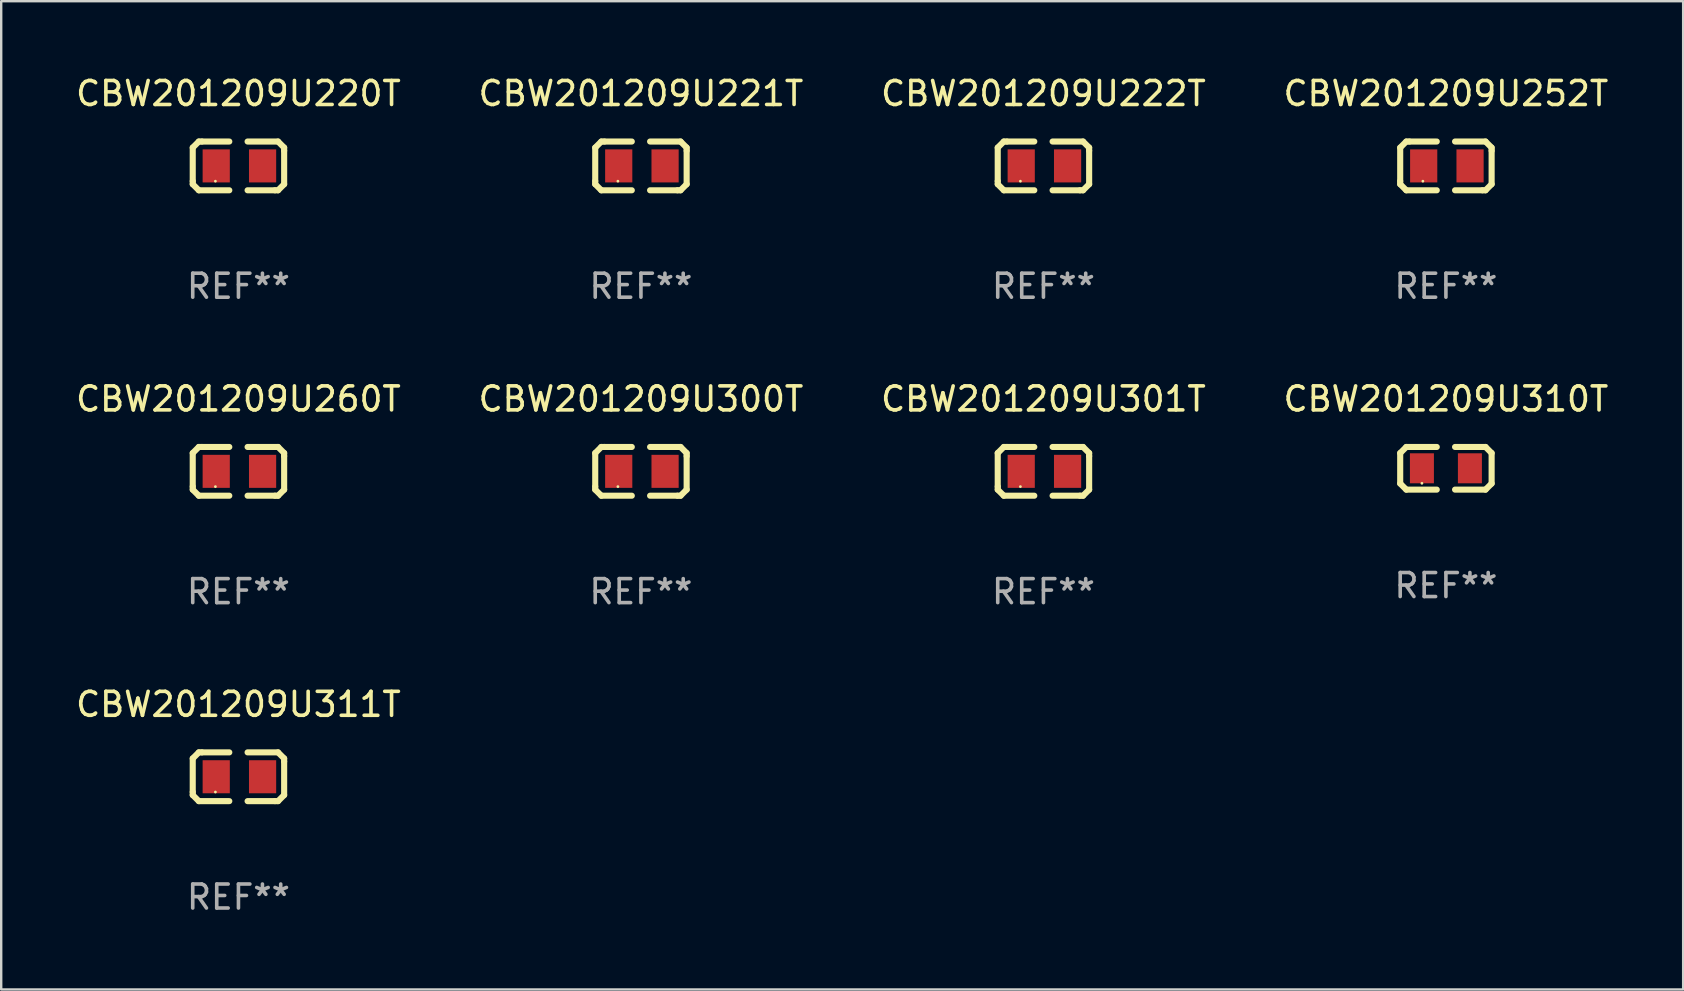
<source format=kicad_pcb>
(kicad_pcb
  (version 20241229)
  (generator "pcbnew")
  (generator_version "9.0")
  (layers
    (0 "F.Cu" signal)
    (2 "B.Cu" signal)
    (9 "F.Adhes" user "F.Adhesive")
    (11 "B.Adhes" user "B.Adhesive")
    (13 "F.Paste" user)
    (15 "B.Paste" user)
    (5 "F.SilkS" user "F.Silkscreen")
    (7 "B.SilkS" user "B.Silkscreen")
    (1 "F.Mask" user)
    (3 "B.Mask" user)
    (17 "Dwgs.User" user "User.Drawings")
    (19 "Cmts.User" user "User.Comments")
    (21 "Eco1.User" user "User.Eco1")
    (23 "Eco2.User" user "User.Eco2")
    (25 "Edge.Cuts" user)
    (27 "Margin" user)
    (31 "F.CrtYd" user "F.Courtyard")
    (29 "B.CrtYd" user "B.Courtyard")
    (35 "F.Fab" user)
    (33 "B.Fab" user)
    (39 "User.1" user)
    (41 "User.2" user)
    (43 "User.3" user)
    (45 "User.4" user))
  (footprint "CBW201209U311T"
    (layer "F.Cu")
    (at 6.887 29.321)
    (property "Reference" "CBW201209U311T" (at 0 -3.016 0) (layer "F.SilkS") (effects (font (size 1 1) (thickness 0.15))))
    (attr through_hole)
    (fp_line (start -1.905 -0.762) (end -1.905 0.635) (stroke (width 0.254) (type solid)) (layer "F.SilkS"))
    (fp_line (start -1.905 0.635) (end -1.905 0.762) (stroke (width 0.254) (type solid)) (layer "F.SilkS"))
    (fp_line (start -1.905 0.762) (end -1.651 1.016) (stroke (width 0.254) (type solid)) (layer "F.SilkS"))
    (fp_line (start -1.651 -1.016) (end -1.905 -0.762) (stroke (width 0.254) (type solid)) (layer "F.SilkS"))
    (fp_line (start -1.651 1.016) (end -0.381 1.016) (stroke (width 0.254) (type solid)) (layer "F.SilkS"))
    (fp_line (start -1.524 -1.016) (end -1.651 -1.016) (stroke (width 0.254) (type solid)) (layer "F.SilkS"))
    (fp_line (start -0.381 -1.016) (end -1.524 -1.016) (stroke (width 0.254) (type solid)) (layer "F.SilkS"))
    (fp_line (start 0.381 1.016) (end 1.524 1.016) (stroke (width 0.254) (type solid)) (layer "F.SilkS"))
    (fp_line (start 1.524 1.016) (end 1.651 1.016) (stroke (width 0.254) (type solid)) (layer "F.SilkS"))
    (fp_line (start 1.651 -1.016) (end 0.381 -1.016) (stroke (width 0.254) (type solid)) (layer "F.SilkS"))
    (fp_line (start 1.651 1.016) (end 1.905 0.762) (stroke (width 0.254) (type solid)) (layer "F.SilkS"))
    (fp_line (start 1.905 -0.762) (end 1.651 -1.016) (stroke (width 0.254) (type solid)) (layer "F.SilkS"))
    (fp_line (start 1.905 -0.635) (end 1.905 -0.762) (stroke (width 0.254) (type solid)) (layer "F.SilkS"))
    (fp_line (start 1.905 0.762) (end 1.905 -0.635) (stroke (width 0.254) (type solid)) (layer "F.SilkS"))
    (fp_circle (center -0.96 0.637) (end -0.93 0.637) (stroke (width 0.06) (type solid)) (fill no) (layer "F.SilkS"))
    (fp_text user "REF**" (at 0 5.016 0) (layer "F.Fab") (effects (font (size 1 1) (thickness 0.15))))
    (pad "1" smd rect (at -0.926 -0.000051) (size 1.133 1.377) (layers "F.Cu" "F.Mask" "F.Paste"))
    (pad "2" smd rect (at 1.006 -0.000051) (size 1.133 1.377) (layers "F.Cu" "F.Mask" "F.Paste")))
  (footprint "CBW201209U310T"
    (layer "F.Cu")
    (at 57.208 16.466)
    (property "Reference" "CBW201209U310T" (at 0 -2.889 0) (layer "F.SilkS") (effects (font (size 1 1) (thickness 0.15))))
    (attr through_hole)
    (fp_line (start -1.905 -0.635) (end -1.651 -0.889) (stroke (width 0.254) (type solid)) (layer "F.SilkS"))
    (fp_line (start -1.905 0.635) (end -1.905 -0.635) (stroke (width 0.254) (type solid)) (layer "F.SilkS"))
    (fp_line (start -1.651 -0.889) (end -0.381 -0.889) (stroke (width 0.254) (type solid)) (layer "F.SilkS"))
    (fp_line (start -1.651 0.889) (end -1.905 0.635) (stroke (width 0.254) (type solid)) (layer "F.SilkS"))
    (fp_line (start -0.381 0.889) (end -1.651 0.889) (stroke (width 0.254) (type solid)) (layer "F.SilkS"))
    (fp_line (start 0.381 -0.889) (end 1.651 -0.889) (stroke (width 0.254) (type solid)) (layer "F.SilkS"))
    (fp_line (start 1.651 -0.889) (end 1.905 -0.635) (stroke (width 0.254) (type solid)) (layer "F.SilkS"))
    (fp_line (start 1.651 0.889) (end 0.381 0.889) (stroke (width 0.254) (type solid)) (layer "F.SilkS"))
    (fp_line (start 1.905 -0.635) (end 1.905 0.635) (stroke (width 0.254) (type solid)) (layer "F.SilkS"))
    (fp_line (start 1.905 0.635) (end 1.651 0.889) (stroke (width 0.254) (type solid)) (layer "F.SilkS"))
    (fp_circle (center -1 0.625) (end -0.97 0.625) (stroke (width 0.06) (type solid)) (fill no) (layer "F.SilkS"))
    (fp_text user "REF**" (at 0 4.889 0) (layer "F.Fab") (effects (font (size 1 1) (thickness 0.15))))
    (pad "1" smd rect (at -1 0 180) (size 1 1.25) (layers "F.Cu" "F.Mask" "F.Paste"))
    (pad "2" smd rect (at 1 0) (size 1 1.25) (layers "F.Cu" "F.Mask" "F.Paste")))
  (footprint "CBW201209U300T"
    (layer "F.Cu")
    (at 23.661 16.593)
    (property "Reference" "CBW201209U300T" (at 0 -3.016 0) (layer "F.SilkS") (effects (font (size 1 1) (thickness 0.15))))
    (attr through_hole)
    (fp_line (start -1.905 -0.762) (end -1.905 0.635) (stroke (width 0.254) (type solid)) (layer "F.SilkS"))
    (fp_line (start -1.905 0.635) (end -1.905 0.762) (stroke (width 0.254) (type solid)) (layer "F.SilkS"))
    (fp_line (start -1.905 0.762) (end -1.651 1.016) (stroke (width 0.254) (type solid)) (layer "F.SilkS"))
    (fp_line (start -1.651 -1.016) (end -1.905 -0.762) (stroke (width 0.254) (type solid)) (layer "F.SilkS"))
    (fp_line (start -1.651 1.016) (end -0.381 1.016) (stroke (width 0.254) (type solid)) (layer "F.SilkS"))
    (fp_line (start -1.524 -1.016) (end -1.651 -1.016) (stroke (width 0.254) (type solid)) (layer "F.SilkS"))
    (fp_line (start -0.381 -1.016) (end -1.524 -1.016) (stroke (width 0.254) (type solid)) (layer "F.SilkS"))
    (fp_line (start 0.381 1.016) (end 1.524 1.016) (stroke (width 0.254) (type solid)) (layer "F.SilkS"))
    (fp_line (start 1.524 1.016) (end 1.651 1.016) (stroke (width 0.254) (type solid)) (layer "F.SilkS"))
    (fp_line (start 1.651 -1.016) (end 0.381 -1.016) (stroke (width 0.254) (type solid)) (layer "F.SilkS"))
    (fp_line (start 1.651 1.016) (end 1.905 0.762) (stroke (width 0.254) (type solid)) (layer "F.SilkS"))
    (fp_line (start 1.905 -0.762) (end 1.651 -1.016) (stroke (width 0.254) (type solid)) (layer "F.SilkS"))
    (fp_line (start 1.905 -0.635) (end 1.905 -0.762) (stroke (width 0.254) (type solid)) (layer "F.SilkS"))
    (fp_line (start 1.905 0.762) (end 1.905 -0.635) (stroke (width 0.254) (type solid)) (layer "F.SilkS"))
    (fp_circle (center -0.96 0.637) (end -0.93 0.637) (stroke (width 0.06) (type solid)) (fill no) (layer "F.SilkS"))
    (fp_text user "REF**" (at 0 5.016 0) (layer "F.Fab") (effects (font (size 1 1) (thickness 0.15))))
    (pad "1" smd rect (at -0.926 -0.000051) (size 1.133 1.377) (layers "F.Cu" "F.Mask" "F.Paste"))
    (pad "2" smd rect (at 1.006 -0.000051) (size 1.133 1.377) (layers "F.Cu" "F.Mask" "F.Paste")))
  (footprint "CBW201209U301T"
    (layer "F.Cu")
    (at 40.435 16.593)
    (property "Reference" "CBW201209U301T" (at 0 -3.016 0) (layer "F.SilkS") (effects (font (size 1 1) (thickness 0.15))))
    (attr through_hole)
    (fp_line (start -1.905 -0.762) (end -1.905 0.635) (stroke (width 0.254) (type solid)) (layer "F.SilkS"))
    (fp_line (start -1.905 0.635) (end -1.905 0.762) (stroke (width 0.254) (type solid)) (layer "F.SilkS"))
    (fp_line (start -1.905 0.762) (end -1.651 1.016) (stroke (width 0.254) (type solid)) (layer "F.SilkS"))
    (fp_line (start -1.651 -1.016) (end -1.905 -0.762) (stroke (width 0.254) (type solid)) (layer "F.SilkS"))
    (fp_line (start -1.651 1.016) (end -0.381 1.016) (stroke (width 0.254) (type solid)) (layer "F.SilkS"))
    (fp_line (start -1.524 -1.016) (end -1.651 -1.016) (stroke (width 0.254) (type solid)) (layer "F.SilkS"))
    (fp_line (start -0.381 -1.016) (end -1.524 -1.016) (stroke (width 0.254) (type solid)) (layer "F.SilkS"))
    (fp_line (start 0.381 1.016) (end 1.524 1.016) (stroke (width 0.254) (type solid)) (layer "F.SilkS"))
    (fp_line (start 1.524 1.016) (end 1.651 1.016) (stroke (width 0.254) (type solid)) (layer "F.SilkS"))
    (fp_line (start 1.651 -1.016) (end 0.381 -1.016) (stroke (width 0.254) (type solid)) (layer "F.SilkS"))
    (fp_line (start 1.651 1.016) (end 1.905 0.762) (stroke (width 0.254) (type solid)) (layer "F.SilkS"))
    (fp_line (start 1.905 -0.762) (end 1.651 -1.016) (stroke (width 0.254) (type solid)) (layer "F.SilkS"))
    (fp_line (start 1.905 -0.635) (end 1.905 -0.762) (stroke (width 0.254) (type solid)) (layer "F.SilkS"))
    (fp_line (start 1.905 0.762) (end 1.905 -0.635) (stroke (width 0.254) (type solid)) (layer "F.SilkS"))
    (fp_circle (center -0.96 0.637) (end -0.93 0.637) (stroke (width 0.06) (type solid)) (fill no) (layer "F.SilkS"))
    (fp_text user "REF**" (at 0 5.016 0) (layer "F.Fab") (effects (font (size 1 1) (thickness 0.15))))
    (pad "1" smd rect (at -0.926 -0.000051) (size 1.133 1.377) (layers "F.Cu" "F.Mask" "F.Paste"))
    (pad "2" smd rect (at 1.006 -0.000051) (size 1.133 1.377) (layers "F.Cu" "F.Mask" "F.Paste")))
  (footprint "CBW201209U260T"
    (layer "F.Cu")
    (at 6.887 16.593)
    (property "Reference" "CBW201209U260T" (at 0 -3.016 0) (layer "F.SilkS") (effects (font (size 1 1) (thickness 0.15))))
    (attr through_hole)
    (fp_line (start -1.905 -0.762) (end -1.905 0.635) (stroke (width 0.254) (type solid)) (layer "F.SilkS"))
    (fp_line (start -1.905 0.635) (end -1.905 0.762) (stroke (width 0.254) (type solid)) (layer "F.SilkS"))
    (fp_line (start -1.905 0.762) (end -1.651 1.016) (stroke (width 0.254) (type solid)) (layer "F.SilkS"))
    (fp_line (start -1.651 -1.016) (end -1.905 -0.762) (stroke (width 0.254) (type solid)) (layer "F.SilkS"))
    (fp_line (start -1.651 1.016) (end -0.381 1.016) (stroke (width 0.254) (type solid)) (layer "F.SilkS"))
    (fp_line (start -1.524 -1.016) (end -1.651 -1.016) (stroke (width 0.254) (type solid)) (layer "F.SilkS"))
    (fp_line (start -0.381 -1.016) (end -1.524 -1.016) (stroke (width 0.254) (type solid)) (layer "F.SilkS"))
    (fp_line (start 0.381 1.016) (end 1.524 1.016) (stroke (width 0.254) (type solid)) (layer "F.SilkS"))
    (fp_line (start 1.524 1.016) (end 1.651 1.016) (stroke (width 0.254) (type solid)) (layer "F.SilkS"))
    (fp_line (start 1.651 -1.016) (end 0.381 -1.016) (stroke (width 0.254) (type solid)) (layer "F.SilkS"))
    (fp_line (start 1.651 1.016) (end 1.905 0.762) (stroke (width 0.254) (type solid)) (layer "F.SilkS"))
    (fp_line (start 1.905 -0.762) (end 1.651 -1.016) (stroke (width 0.254) (type solid)) (layer "F.SilkS"))
    (fp_line (start 1.905 -0.635) (end 1.905 -0.762) (stroke (width 0.254) (type solid)) (layer "F.SilkS"))
    (fp_line (start 1.905 0.762) (end 1.905 -0.635) (stroke (width 0.254) (type solid)) (layer "F.SilkS"))
    (fp_circle (center -0.96 0.637) (end -0.93 0.637) (stroke (width 0.06) (type solid)) (fill no) (layer "F.SilkS"))
    (fp_text user "REF**" (at 0 5.016 0) (layer "F.Fab") (effects (font (size 1 1) (thickness 0.15))))
    (pad "1" smd rect (at -0.926 -0.000051) (size 1.133 1.377) (layers "F.Cu" "F.Mask" "F.Paste"))
    (pad "2" smd rect (at 1.006 -0.000051) (size 1.133 1.377) (layers "F.Cu" "F.Mask" "F.Paste")))
  (footprint "CBW201209U220T"
    (layer "F.Cu")
    (at 6.887 3.864)
    (property "Reference" "CBW201209U220T" (at 0 -3.016 0) (layer "F.SilkS") (effects (font (size 1 1) (thickness 0.15))))
    (attr through_hole)
    (fp_line (start -1.905 -0.762) (end -1.905 0.635) (stroke (width 0.254) (type solid)) (layer "F.SilkS"))
    (fp_line (start -1.905 0.635) (end -1.905 0.762) (stroke (width 0.254) (type solid)) (layer "F.SilkS"))
    (fp_line (start -1.905 0.762) (end -1.651 1.016) (stroke (width 0.254) (type solid)) (layer "F.SilkS"))
    (fp_line (start -1.651 -1.016) (end -1.905 -0.762) (stroke (width 0.254) (type solid)) (layer "F.SilkS"))
    (fp_line (start -1.651 1.016) (end -0.381 1.016) (stroke (width 0.254) (type solid)) (layer "F.SilkS"))
    (fp_line (start -1.524 -1.016) (end -1.651 -1.016) (stroke (width 0.254) (type solid)) (layer "F.SilkS"))
    (fp_line (start -0.381 -1.016) (end -1.524 -1.016) (stroke (width 0.254) (type solid)) (layer "F.SilkS"))
    (fp_line (start 0.381 1.016) (end 1.524 1.016) (stroke (width 0.254) (type solid)) (layer "F.SilkS"))
    (fp_line (start 1.524 1.016) (end 1.651 1.016) (stroke (width 0.254) (type solid)) (layer "F.SilkS"))
    (fp_line (start 1.651 -1.016) (end 0.381 -1.016) (stroke (width 0.254) (type solid)) (layer "F.SilkS"))
    (fp_line (start 1.651 1.016) (end 1.905 0.762) (stroke (width 0.254) (type solid)) (layer "F.SilkS"))
    (fp_line (start 1.905 -0.762) (end 1.651 -1.016) (stroke (width 0.254) (type solid)) (layer "F.SilkS"))
    (fp_line (start 1.905 -0.635) (end 1.905 -0.762) (stroke (width 0.254) (type solid)) (layer "F.SilkS"))
    (fp_line (start 1.905 0.762) (end 1.905 -0.635) (stroke (width 0.254) (type solid)) (layer "F.SilkS"))
    (fp_circle (center -0.96 0.637) (end -0.93 0.637) (stroke (width 0.06) (type solid)) (fill no) (layer "F.SilkS"))
    (fp_text user "REF**" (at 0 5.016 0) (layer "F.Fab") (effects (font (size 1 1) (thickness 0.15))))
    (pad "1" smd rect (at -0.926 -0.000051) (size 1.133 1.377) (layers "F.Cu" "F.Mask" "F.Paste"))
    (pad "2" smd rect (at 1.006 -0.000051) (size 1.133 1.377) (layers "F.Cu" "F.Mask" "F.Paste")))
  (footprint "CBW201209U252T"
    (layer "F.Cu")
    (at 57.208 3.864)
    (property "Reference" "CBW201209U252T" (at 0 -3.016 0) (layer "F.SilkS") (effects (font (size 1 1) (thickness 0.15))))
    (attr through_hole)
    (fp_line (start -1.905 -0.762) (end -1.905 0.635) (stroke (width 0.254) (type solid)) (layer "F.SilkS"))
    (fp_line (start -1.905 0.635) (end -1.905 0.762) (stroke (width 0.254) (type solid)) (layer "F.SilkS"))
    (fp_line (start -1.905 0.762) (end -1.651 1.016) (stroke (width 0.254) (type solid)) (layer "F.SilkS"))
    (fp_line (start -1.651 -1.016) (end -1.905 -0.762) (stroke (width 0.254) (type solid)) (layer "F.SilkS"))
    (fp_line (start -1.651 1.016) (end -0.381 1.016) (stroke (width 0.254) (type solid)) (layer "F.SilkS"))
    (fp_line (start -1.524 -1.016) (end -1.651 -1.016) (stroke (width 0.254) (type solid)) (layer "F.SilkS"))
    (fp_line (start -0.381 -1.016) (end -1.524 -1.016) (stroke (width 0.254) (type solid)) (layer "F.SilkS"))
    (fp_line (start 0.381 1.016) (end 1.524 1.016) (stroke (width 0.254) (type solid)) (layer "F.SilkS"))
    (fp_line (start 1.524 1.016) (end 1.651 1.016) (stroke (width 0.254) (type solid)) (layer "F.SilkS"))
    (fp_line (start 1.651 -1.016) (end 0.381 -1.016) (stroke (width 0.254) (type solid)) (layer "F.SilkS"))
    (fp_line (start 1.651 1.016) (end 1.905 0.762) (stroke (width 0.254) (type solid)) (layer "F.SilkS"))
    (fp_line (start 1.905 -0.762) (end 1.651 -1.016) (stroke (width 0.254) (type solid)) (layer "F.SilkS"))
    (fp_line (start 1.905 -0.635) (end 1.905 -0.762) (stroke (width 0.254) (type solid)) (layer "F.SilkS"))
    (fp_line (start 1.905 0.762) (end 1.905 -0.635) (stroke (width 0.254) (type solid)) (layer "F.SilkS"))
    (fp_circle (center -0.96 0.637) (end -0.93 0.637) (stroke (width 0.06) (type solid)) (fill no) (layer "F.SilkS"))
    (fp_text user "REF**" (at 0 5.016 0) (layer "F.Fab") (effects (font (size 1 1) (thickness 0.15))))
    (pad "1" smd rect (at -0.926 -0.000051) (size 1.133 1.377) (layers "F.Cu" "F.Mask" "F.Paste"))
    (pad "2" smd rect (at 1.006 -0.000051) (size 1.133 1.377) (layers "F.Cu" "F.Mask" "F.Paste")))
  (footprint "CBW201209U221T"
    (layer "F.Cu")
    (at 23.661 3.864)
    (property "Reference" "CBW201209U221T" (at 0 -3.016 0) (layer "F.SilkS") (effects (font (size 1 1) (thickness 0.15))))
    (attr through_hole)
    (fp_line (start -1.905 -0.762) (end -1.905 0.635) (stroke (width 0.254) (type solid)) (layer "F.SilkS"))
    (fp_line (start -1.905 0.635) (end -1.905 0.762) (stroke (width 0.254) (type solid)) (layer "F.SilkS"))
    (fp_line (start -1.905 0.762) (end -1.651 1.016) (stroke (width 0.254) (type solid)) (layer "F.SilkS"))
    (fp_line (start -1.651 -1.016) (end -1.905 -0.762) (stroke (width 0.254) (type solid)) (layer "F.SilkS"))
    (fp_line (start -1.651 1.016) (end -0.381 1.016) (stroke (width 0.254) (type solid)) (layer "F.SilkS"))
    (fp_line (start -1.524 -1.016) (end -1.651 -1.016) (stroke (width 0.254) (type solid)) (layer "F.SilkS"))
    (fp_line (start -0.381 -1.016) (end -1.524 -1.016) (stroke (width 0.254) (type solid)) (layer "F.SilkS"))
    (fp_line (start 0.381 1.016) (end 1.524 1.016) (stroke (width 0.254) (type solid)) (layer "F.SilkS"))
    (fp_line (start 1.524 1.016) (end 1.651 1.016) (stroke (width 0.254) (type solid)) (layer "F.SilkS"))
    (fp_line (start 1.651 -1.016) (end 0.381 -1.016) (stroke (width 0.254) (type solid)) (layer "F.SilkS"))
    (fp_line (start 1.651 1.016) (end 1.905 0.762) (stroke (width 0.254) (type solid)) (layer "F.SilkS"))
    (fp_line (start 1.905 -0.762) (end 1.651 -1.016) (stroke (width 0.254) (type solid)) (layer "F.SilkS"))
    (fp_line (start 1.905 -0.635) (end 1.905 -0.762) (stroke (width 0.254) (type solid)) (layer "F.SilkS"))
    (fp_line (start 1.905 0.762) (end 1.905 -0.635) (stroke (width 0.254) (type solid)) (layer "F.SilkS"))
    (fp_circle (center -0.96 0.637) (end -0.93 0.637) (stroke (width 0.06) (type solid)) (fill no) (layer "F.SilkS"))
    (fp_text user "REF**" (at 0 5.016 0) (layer "F.Fab") (effects (font (size 1 1) (thickness 0.15))))
    (pad "1" smd rect (at -0.926 -0.000051) (size 1.133 1.377) (layers "F.Cu" "F.Mask" "F.Paste"))
    (pad "2" smd rect (at 1.006 -0.000051) (size 1.133 1.377) (layers "F.Cu" "F.Mask" "F.Paste")))
  (footprint "CBW201209U222T"
    (layer "F.Cu")
    (at 40.435 3.864)
    (property "Reference" "CBW201209U222T" (at 0 -3.016 0) (layer "F.SilkS") (effects (font (size 1 1) (thickness 0.15))))
    (attr through_hole)
    (fp_line (start -1.905 -0.762) (end -1.905 0.635) (stroke (width 0.254) (type solid)) (layer "F.SilkS"))
    (fp_line (start -1.905 0.635) (end -1.905 0.762) (stroke (width 0.254) (type solid)) (layer "F.SilkS"))
    (fp_line (start -1.905 0.762) (end -1.651 1.016) (stroke (width 0.254) (type solid)) (layer "F.SilkS"))
    (fp_line (start -1.651 -1.016) (end -1.905 -0.762) (stroke (width 0.254) (type solid)) (layer "F.SilkS"))
    (fp_line (start -1.651 1.016) (end -0.381 1.016) (stroke (width 0.254) (type solid)) (layer "F.SilkS"))
    (fp_line (start -1.524 -1.016) (end -1.651 -1.016) (stroke (width 0.254) (type solid)) (layer "F.SilkS"))
    (fp_line (start -0.381 -1.016) (end -1.524 -1.016) (stroke (width 0.254) (type solid)) (layer "F.SilkS"))
    (fp_line (start 0.381 1.016) (end 1.524 1.016) (stroke (width 0.254) (type solid)) (layer "F.SilkS"))
    (fp_line (start 1.524 1.016) (end 1.651 1.016) (stroke (width 0.254) (type solid)) (layer "F.SilkS"))
    (fp_line (start 1.651 -1.016) (end 0.381 -1.016) (stroke (width 0.254) (type solid)) (layer "F.SilkS"))
    (fp_line (start 1.651 1.016) (end 1.905 0.762) (stroke (width 0.254) (type solid)) (layer "F.SilkS"))
    (fp_line (start 1.905 -0.762) (end 1.651 -1.016) (stroke (width 0.254) (type solid)) (layer "F.SilkS"))
    (fp_line (start 1.905 -0.635) (end 1.905 -0.762) (stroke (width 0.254) (type solid)) (layer "F.SilkS"))
    (fp_line (start 1.905 0.762) (end 1.905 -0.635) (stroke (width 0.254) (type solid)) (layer "F.SilkS"))
    (fp_circle (center -0.96 0.637) (end -0.93 0.637) (stroke (width 0.06) (type solid)) (fill no) (layer "F.SilkS"))
    (fp_text user "REF**" (at 0 5.016 0) (layer "F.Fab") (effects (font (size 1 1) (thickness 0.15))))
    (pad "1" smd rect (at -0.926 -0.000051) (size 1.133 1.377) (layers "F.Cu" "F.Mask" "F.Paste"))
    (pad "2" smd rect (at 1.006 -0.000051) (size 1.133 1.377) (layers "F.Cu" "F.Mask" "F.Paste")))
  (gr_rect
    (start -3 -3)
    (end 67.095 38.186)
    (stroke (width 0.1) (type default))
    (fill no)
    (layer "Edge.Cuts")))
</source>
